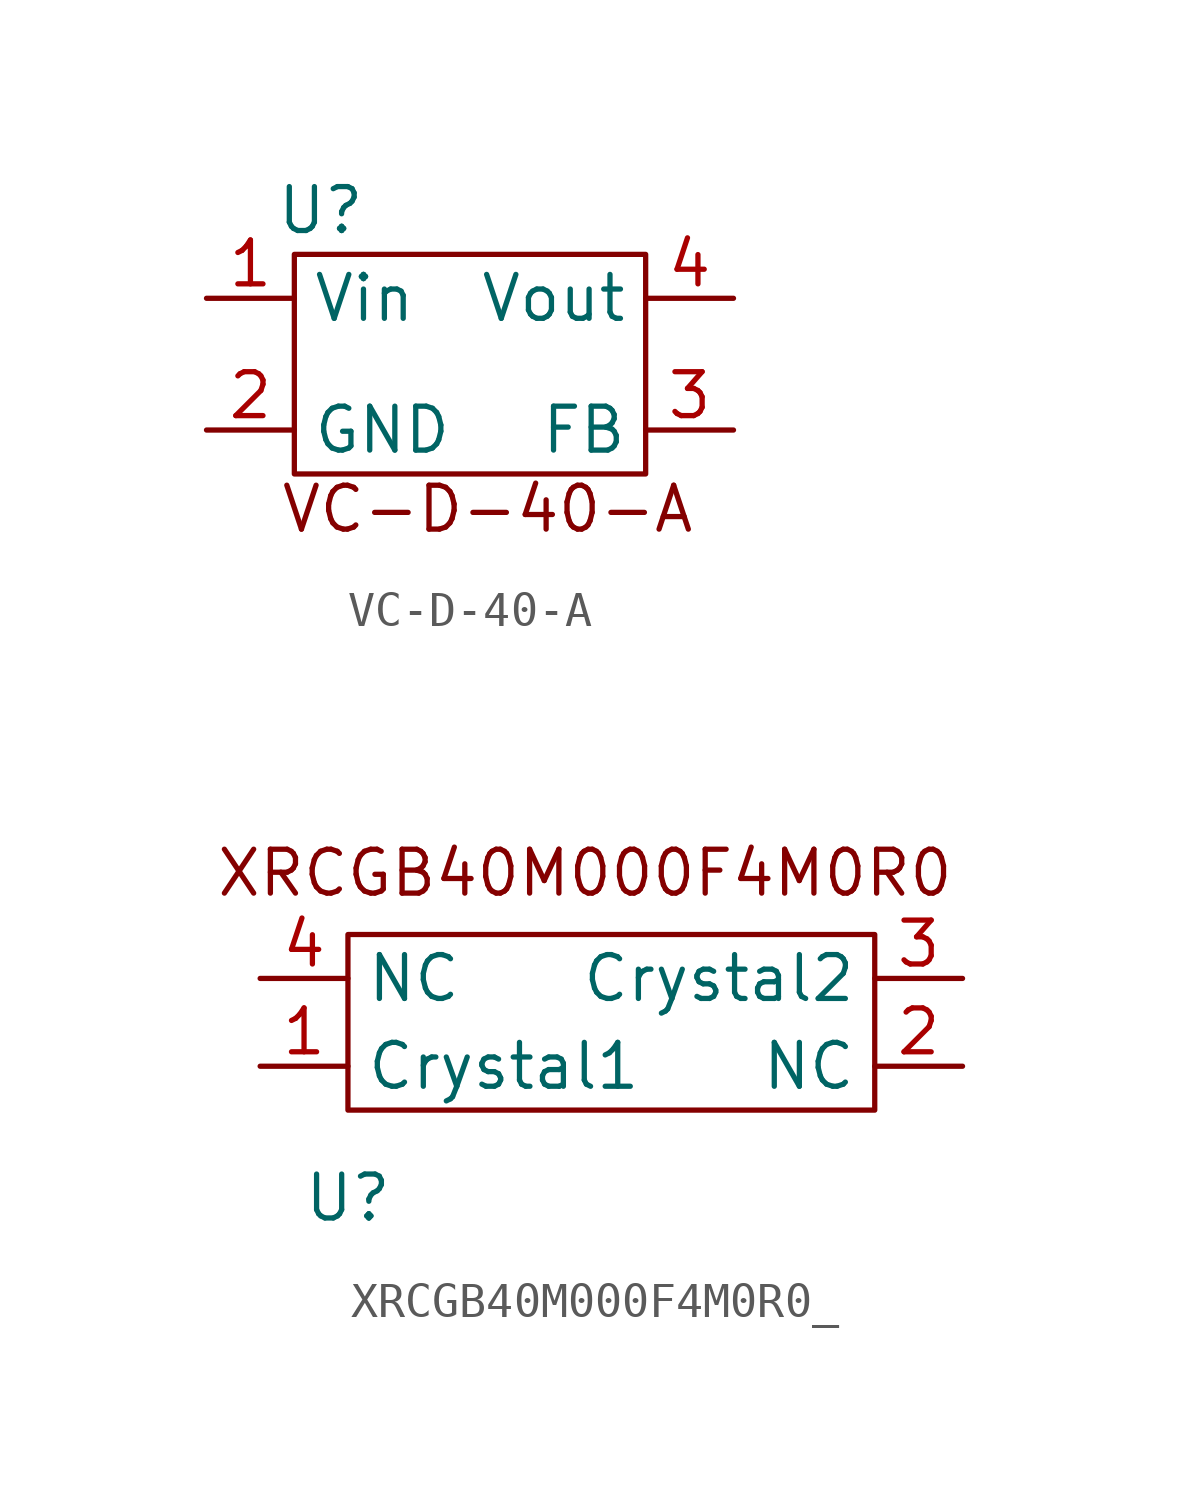
<source format=kicad_sym>
(kicad_symbol_lib
  (version 20231120)
  (generator "kicad_symbol_editor")
  (generator_version "8.0")
  (symbol "VC-D-40-A"
    (property "Reference" "U"
      (at 0.762 7.62 0)
      (effects (font (size 1.27 1.27))))
    (property "Value" ""
      (at 0 0 0)
      (effects (font (size 1.27 1.27))))
    (symbol "VC-D-40-A_0_1"
      (rectangle (start 0 6.35) (end 10.16 0) (stroke (width 0) (type default)) (fill (type none))))
    (symbol "VC-D-40-A_1_1"
      (text "VC-D-40-A" (at 5.588 -1.016 0) (effects (font (size 1.27 1.27))))
      (pin input line (at -2.54 5.08 0) (length 2.54) (name "Vin" (effects (font (size 1.27 1.27)))) (number "1" (effects (font (size 1.27 1.27)))))
      (pin input line (at -2.54 1.27 0) (length 2.54) (name "GND" (effects (font (size 1.27 1.27)))) (number "2" (effects (font (size 1.27 1.27)))))
      (pin input line (at 12.7 1.27 180) (length 2.54) (name "FB" (effects (font (size 1.27 1.27)))) (number "3" (effects (font (size 1.27 1.27)))))
      (pin input line (at 12.7 5.08 180) (length 2.54) (name "Vout" (effects (font (size 1.27 1.27)))) (number "4" (effects (font (size 1.27 1.27)))))))
  (symbol "XRCGB40M000F4M0R0_"
    (property "Reference" "U"
      (at 0 0 0)
      (effects (font (size 1.27 1.27))))
    (property "Value" ""
      (at 0 0 0)
      (effects (font (size 1.27 1.27))))
    (symbol "XRCGB40M000F4M0R0__0_1"
      (rectangle (start 0 7.62) (end 15.24 2.54) (stroke (width 0) (type default)) (fill (type none))))
    (symbol "XRCGB40M000F4M0R0__1_1"
      (text "XRCGB40M000F4M0R0" (at 6.858 9.398 0) (effects (font (size 1.27 1.27))))
      (pin input line (at -2.54 3.81 0) (length 2.54) (name "Crystal1" (effects (font (size 1.27 1.27)))) (number "1" (effects (font (size 1.27 1.27)))))
      (pin free line (at 17.78 3.81 180) (length 2.54) (name "NC" (effects (font (size 1.27 1.27)))) (number "2" (effects (font (size 1.27 1.27)))))
      (pin input line (at 17.78 6.35 180) (length 2.54) (name "Crystal2" (effects (font (size 1.27 1.27)))) (number "3" (effects (font (size 1.27 1.27)))))
      (pin free line (at -2.54 6.35 0) (length 2.54) (name "NC" (effects (font (size 1.27 1.27)))) (number "4" (effects (font (size 1.27 1.27))))))))
</source>
